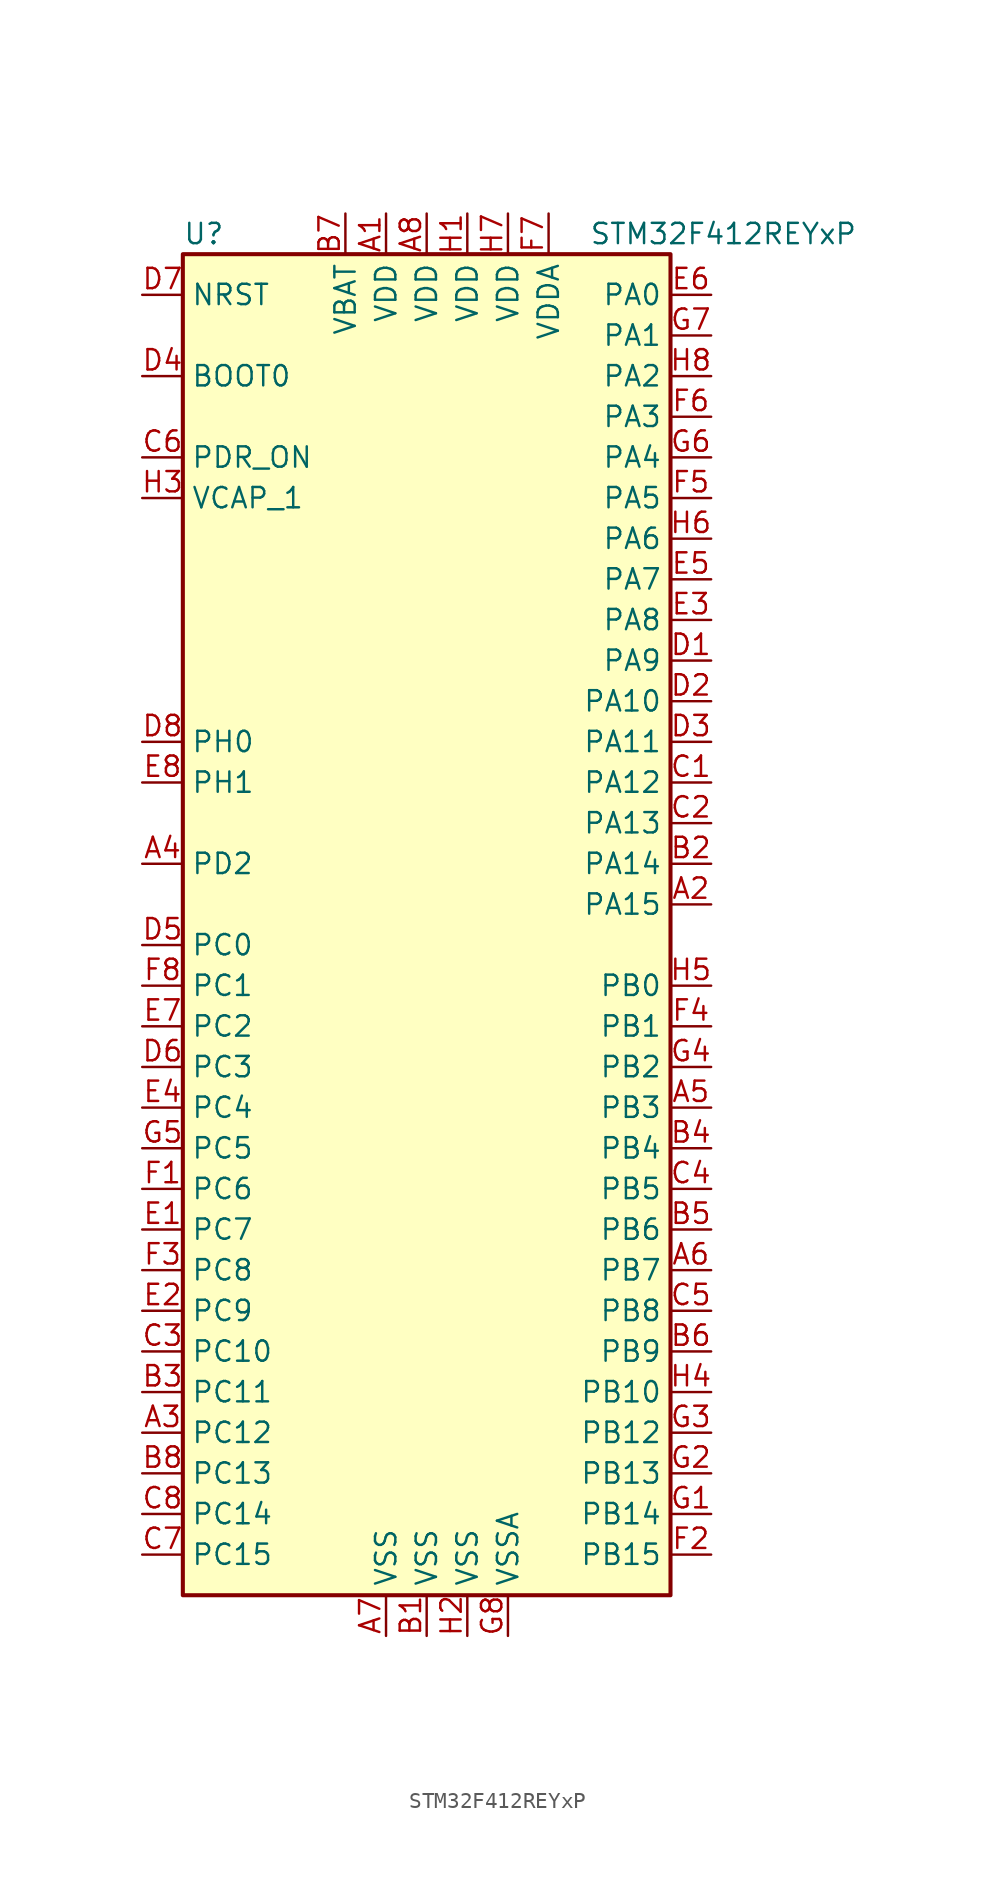
<source format=kicad_sym>
(kicad_symbol_lib
  (version 20211014)
  (generator kicad_symbol_editor)
  (symbol "STM32F412REYxP"
    (property "Reference" "U"
      (at -15.24 41.91 0)
      (effects (font (size 1.27 1.27)) (justify left)))
    (property "Value" "STM32F412REYxP"
      (at 10.16 41.91 0)
      (effects (font (size 1.27 1.27)) (justify left)))
    (symbol "STM32F412REYxP_0_1"
      (rectangle (start -15.24 -43.18) (end 15.24 40.64) (stroke (width 0.254) (type default) (color 0 0 0 0)) (fill (type background))))
    (symbol "STM32F412REYxP_1_1"
      (pin power_in line (at -2.54 43.18 270) (length 2.54) (name "VDD" (effects (font (size 1.27 1.27)))) (number "A1" (effects (font (size 1.27 1.27)))))
      (pin bidirectional line (at 17.78 0 180) (length 2.54) (name "PA15" (effects (font (size 1.27 1.27)))) (number "A2" (effects (font (size 1.27 1.27)))))
      (pin bidirectional line (at -17.78 -33.02 0) (length 2.54) (name "PC12" (effects (font (size 1.27 1.27)))) (number "A3" (effects (font (size 1.27 1.27)))))
      (pin bidirectional line (at -17.78 2.54 0) (length 2.54) (name "PD2" (effects (font (size 1.27 1.27)))) (number "A4" (effects (font (size 1.27 1.27)))))
      (pin bidirectional line (at 17.78 -12.7 180) (length 2.54) (name "PB3" (effects (font (size 1.27 1.27)))) (number "A5" (effects (font (size 1.27 1.27)))))
      (pin bidirectional line (at 17.78 -22.86 180) (length 2.54) (name "PB7" (effects (font (size 1.27 1.27)))) (number "A6" (effects (font (size 1.27 1.27)))))
      (pin power_in line (at -2.54 -45.72 90) (length 2.54) (name "VSS" (effects (font (size 1.27 1.27)))) (number "A7" (effects (font (size 1.27 1.27)))))
      (pin power_in line (at 0 43.18 270) (length 2.54) (name "VDD" (effects (font (size 1.27 1.27)))) (number "A8" (effects (font (size 1.27 1.27)))))
      (pin power_in line (at 0 -45.72 90) (length 2.54) (name "VSS" (effects (font (size 1.27 1.27)))) (number "B1" (effects (font (size 1.27 1.27)))))
      (pin bidirectional line (at 17.78 2.54 180) (length 2.54) (name "PA14" (effects (font (size 1.27 1.27)))) (number "B2" (effects (font (size 1.27 1.27)))))
      (pin bidirectional line (at -17.78 -30.48 0) (length 2.54) (name "PC11" (effects (font (size 1.27 1.27)))) (number "B3" (effects (font (size 1.27 1.27)))))
      (pin bidirectional line (at 17.78 -15.24 180) (length 2.54) (name "PB4" (effects (font (size 1.27 1.27)))) (number "B4" (effects (font (size 1.27 1.27)))))
      (pin bidirectional line (at 17.78 -20.32 180) (length 2.54) (name "PB6" (effects (font (size 1.27 1.27)))) (number "B5" (effects (font (size 1.27 1.27)))))
      (pin bidirectional line (at 17.78 -27.94 180) (length 2.54) (name "PB9" (effects (font (size 1.27 1.27)))) (number "B6" (effects (font (size 1.27 1.27)))))
      (pin power_in line (at -5.08 43.18 270) (length 2.54) (name "VBAT" (effects (font (size 1.27 1.27)))) (number "B7" (effects (font (size 1.27 1.27)))))
      (pin bidirectional line (at -17.78 -35.56 0) (length 2.54) (name "PC13" (effects (font (size 1.27 1.27)))) (number "B8" (effects (font (size 1.27 1.27)))))
      (pin bidirectional line (at 17.78 7.62 180) (length 2.54) (name "PA12" (effects (font (size 1.27 1.27)))) (number "C1" (effects (font (size 1.27 1.27)))))
      (pin bidirectional line (at 17.78 5.08 180) (length 2.54) (name "PA13" (effects (font (size 1.27 1.27)))) (number "C2" (effects (font (size 1.27 1.27)))))
      (pin bidirectional line (at -17.78 -27.94 0) (length 2.54) (name "PC10" (effects (font (size 1.27 1.27)))) (number "C3" (effects (font (size 1.27 1.27)))))
      (pin bidirectional line (at 17.78 -17.78 180) (length 2.54) (name "PB5" (effects (font (size 1.27 1.27)))) (number "C4" (effects (font (size 1.27 1.27)))))
      (pin bidirectional line (at 17.78 -25.4 180) (length 2.54) (name "PB8" (effects (font (size 1.27 1.27)))) (number "C5" (effects (font (size 1.27 1.27)))))
      (pin power_in line (at -17.78 27.94 0) (length 2.54) (name "PDR_ON" (effects (font (size 1.27 1.27)))) (number "C6" (effects (font (size 1.27 1.27)))))
      (pin bidirectional line (at -17.78 -40.64 0) (length 2.54) (name "PC15" (effects (font (size 1.27 1.27)))) (number "C7" (effects (font (size 1.27 1.27)))))
      (pin bidirectional line (at -17.78 -38.1 0) (length 2.54) (name "PC14" (effects (font (size 1.27 1.27)))) (number "C8" (effects (font (size 1.27 1.27)))))
      (pin bidirectional line (at 17.78 15.24 180) (length 2.54) (name "PA9" (effects (font (size 1.27 1.27)))) (number "D1" (effects (font (size 1.27 1.27)))))
      (pin bidirectional line (at 17.78 12.7 180) (length 2.54) (name "PA10" (effects (font (size 1.27 1.27)))) (number "D2" (effects (font (size 1.27 1.27)))))
      (pin bidirectional line (at 17.78 10.16 180) (length 2.54) (name "PA11" (effects (font (size 1.27 1.27)))) (number "D3" (effects (font (size 1.27 1.27)))))
      (pin input line (at -17.78 33.02 0) (length 2.54) (name "BOOT0" (effects (font (size 1.27 1.27)))) (number "D4" (effects (font (size 1.27 1.27)))))
      (pin bidirectional line (at -17.78 -2.54 0) (length 2.54) (name "PC0" (effects (font (size 1.27 1.27)))) (number "D5" (effects (font (size 1.27 1.27)))))
      (pin bidirectional line (at -17.78 -10.16 0) (length 2.54) (name "PC3" (effects (font (size 1.27 1.27)))) (number "D6" (effects (font (size 1.27 1.27)))))
      (pin input line (at -17.78 38.1 0) (length 2.54) (name "NRST" (effects (font (size 1.27 1.27)))) (number "D7" (effects (font (size 1.27 1.27)))))
      (pin input line (at -17.78 10.16 0) (length 2.54) (name "PH0" (effects (font (size 1.27 1.27)))) (number "D8" (effects (font (size 1.27 1.27)))))
      (pin bidirectional line (at -17.78 -20.32 0) (length 2.54) (name "PC7" (effects (font (size 1.27 1.27)))) (number "E1" (effects (font (size 1.27 1.27)))))
      (pin bidirectional line (at -17.78 -25.4 0) (length 2.54) (name "PC9" (effects (font (size 1.27 1.27)))) (number "E2" (effects (font (size 1.27 1.27)))))
      (pin bidirectional line (at 17.78 17.78 180) (length 2.54) (name "PA8" (effects (font (size 1.27 1.27)))) (number "E3" (effects (font (size 1.27 1.27)))))
      (pin bidirectional line (at -17.78 -12.7 0) (length 2.54) (name "PC4" (effects (font (size 1.27 1.27)))) (number "E4" (effects (font (size 1.27 1.27)))))
      (pin bidirectional line (at 17.78 20.32 180) (length 2.54) (name "PA7" (effects (font (size 1.27 1.27)))) (number "E5" (effects (font (size 1.27 1.27)))))
      (pin bidirectional line (at 17.78 38.1 180) (length 2.54) (name "PA0" (effects (font (size 1.27 1.27)))) (number "E6" (effects (font (size 1.27 1.27)))))
      (pin bidirectional line (at -17.78 -7.62 0) (length 2.54) (name "PC2" (effects (font (size 1.27 1.27)))) (number "E7" (effects (font (size 1.27 1.27)))))
      (pin input line (at -17.78 7.62 0) (length 2.54) (name "PH1" (effects (font (size 1.27 1.27)))) (number "E8" (effects (font (size 1.27 1.27)))))
      (pin bidirectional line (at -17.78 -17.78 0) (length 2.54) (name "PC6" (effects (font (size 1.27 1.27)))) (number "F1" (effects (font (size 1.27 1.27)))))
      (pin bidirectional line (at 17.78 -40.64 180) (length 2.54) (name "PB15" (effects (font (size 1.27 1.27)))) (number "F2" (effects (font (size 1.27 1.27)))))
      (pin bidirectional line (at -17.78 -22.86 0) (length 2.54) (name "PC8" (effects (font (size 1.27 1.27)))) (number "F3" (effects (font (size 1.27 1.27)))))
      (pin bidirectional line (at 17.78 -7.62 180) (length 2.54) (name "PB1" (effects (font (size 1.27 1.27)))) (number "F4" (effects (font (size 1.27 1.27)))))
      (pin bidirectional line (at 17.78 25.4 180) (length 2.54) (name "PA5" (effects (font (size 1.27 1.27)))) (number "F5" (effects (font (size 1.27 1.27)))))
      (pin bidirectional line (at 17.78 30.48 180) (length 2.54) (name "PA3" (effects (font (size 1.27 1.27)))) (number "F6" (effects (font (size 1.27 1.27)))))
      (pin power_in line (at 7.62 43.18 270) (length 2.54) (name "VDDA" (effects (font (size 1.27 1.27)))) (number "F7" (effects (font (size 1.27 1.27)))))
      (pin bidirectional line (at -17.78 -5.08 0) (length 2.54) (name "PC1" (effects (font (size 1.27 1.27)))) (number "F8" (effects (font (size 1.27 1.27)))))
      (pin bidirectional line (at 17.78 -38.1 180) (length 2.54) (name "PB14" (effects (font (size 1.27 1.27)))) (number "G1" (effects (font (size 1.27 1.27)))))
      (pin bidirectional line (at 17.78 -35.56 180) (length 2.54) (name "PB13" (effects (font (size 1.27 1.27)))) (number "G2" (effects (font (size 1.27 1.27)))))
      (pin bidirectional line (at 17.78 -33.02 180) (length 2.54) (name "PB12" (effects (font (size 1.27 1.27)))) (number "G3" (effects (font (size 1.27 1.27)))))
      (pin bidirectional line (at 17.78 -10.16 180) (length 2.54) (name "PB2" (effects (font (size 1.27 1.27)))) (number "G4" (effects (font (size 1.27 1.27)))))
      (pin bidirectional line (at -17.78 -15.24 0) (length 2.54) (name "PC5" (effects (font (size 1.27 1.27)))) (number "G5" (effects (font (size 1.27 1.27)))))
      (pin bidirectional line (at 17.78 27.94 180) (length 2.54) (name "PA4" (effects (font (size 1.27 1.27)))) (number "G6" (effects (font (size 1.27 1.27)))))
      (pin bidirectional line (at 17.78 35.56 180) (length 2.54) (name "PA1" (effects (font (size 1.27 1.27)))) (number "G7" (effects (font (size 1.27 1.27)))))
      (pin power_in line (at 5.08 -45.72 90) (length 2.54) (name "VSSA" (effects (font (size 1.27 1.27)))) (number "G8" (effects (font (size 1.27 1.27)))))
      (pin power_in line (at 2.54 43.18 270) (length 2.54) (name "VDD" (effects (font (size 1.27 1.27)))) (number "H1" (effects (font (size 1.27 1.27)))))
      (pin power_in line (at 2.54 -45.72 90) (length 2.54) (name "VSS" (effects (font (size 1.27 1.27)))) (number "H2" (effects (font (size 1.27 1.27)))))
      (pin power_in line (at -17.78 25.4 0) (length 2.54) (name "VCAP_1" (effects (font (size 1.27 1.27)))) (number "H3" (effects (font (size 1.27 1.27)))))
      (pin bidirectional line (at 17.78 -30.48 180) (length 2.54) (name "PB10" (effects (font (size 1.27 1.27)))) (number "H4" (effects (font (size 1.27 1.27)))))
      (pin bidirectional line (at 17.78 -5.08 180) (length 2.54) (name "PB0" (effects (font (size 1.27 1.27)))) (number "H5" (effects (font (size 1.27 1.27)))))
      (pin bidirectional line (at 17.78 22.86 180) (length 2.54) (name "PA6" (effects (font (size 1.27 1.27)))) (number "H6" (effects (font (size 1.27 1.27)))))
      (pin power_in line (at 5.08 43.18 270) (length 2.54) (name "VDD" (effects (font (size 1.27 1.27)))) (number "H7" (effects (font (size 1.27 1.27)))))
      (pin bidirectional line (at 17.78 33.02 180) (length 2.54) (name "PA2" (effects (font (size 1.27 1.27)))) (number "H8" (effects (font (size 1.27 1.27))))))))
</source>
